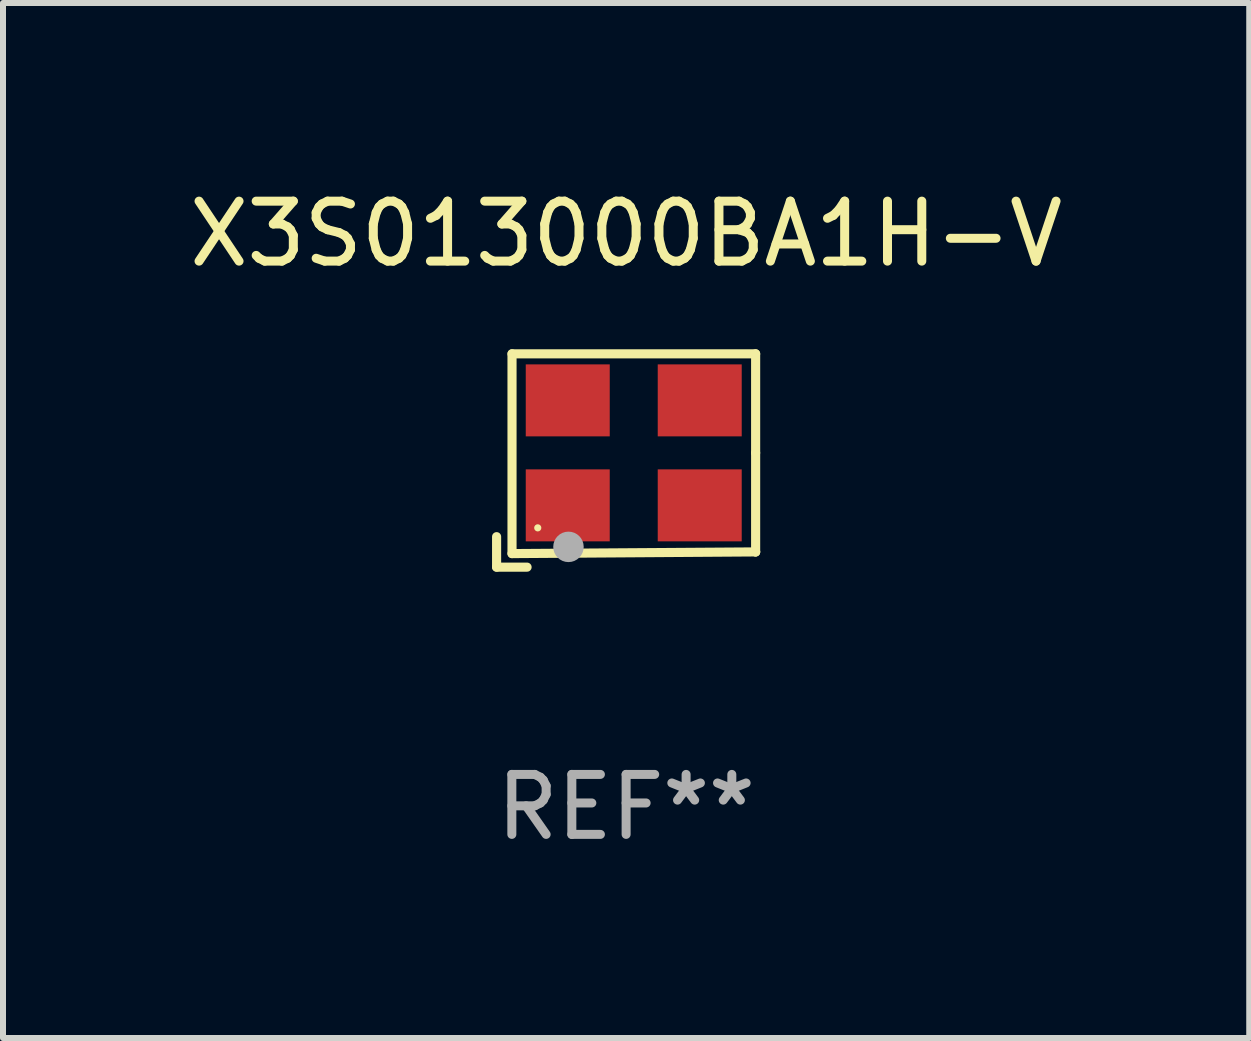
<source format=kicad_pcb>
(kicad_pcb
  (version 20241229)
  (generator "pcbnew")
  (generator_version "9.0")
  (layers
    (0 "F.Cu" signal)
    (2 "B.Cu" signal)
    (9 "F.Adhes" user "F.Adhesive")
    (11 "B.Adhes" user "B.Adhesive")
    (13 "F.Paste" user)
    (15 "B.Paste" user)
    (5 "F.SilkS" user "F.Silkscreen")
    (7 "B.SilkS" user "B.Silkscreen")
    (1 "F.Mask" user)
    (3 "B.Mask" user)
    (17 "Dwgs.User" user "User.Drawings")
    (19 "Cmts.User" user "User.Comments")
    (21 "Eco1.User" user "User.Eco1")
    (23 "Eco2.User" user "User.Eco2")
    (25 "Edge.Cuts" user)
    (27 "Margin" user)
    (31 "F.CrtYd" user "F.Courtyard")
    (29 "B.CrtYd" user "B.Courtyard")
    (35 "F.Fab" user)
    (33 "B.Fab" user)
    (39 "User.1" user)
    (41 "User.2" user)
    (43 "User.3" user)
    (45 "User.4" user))
  (footprint "X3S013000BA1H-V"
    (layer "F.Cu")
    (at 7.387 4.626)
    (property "Reference" "X3S013000BA1H-V" (at 0 -3.778 0) (layer "F.SilkS") (effects (font (size 1 1) (thickness 0.15))))
    (attr through_hole)
    (fp_line (start -2.159 1.27) (end -2.159 1.778) (stroke (width 0.152) (type solid)) (layer "F.SilkS"))
    (fp_line (start -2.159 1.778) (end -1.651 1.778) (stroke (width 0.152) (type solid)) (layer "F.SilkS"))
    (fp_line (start -1.902 -1.778) (end 2.159 -1.778) (stroke (width 0.152) (type solid)) (layer "F.SilkS"))
    (fp_line (start -1.902 1.552) (end -1.902 -1.778) (stroke (width 0.152) (type solid)) (layer "F.SilkS"))
    (fp_line (start 2.159 -1.778) (end 2.159 -0.127) (stroke (width 0.152) (type solid)) (layer "F.SilkS"))
    (fp_line (start 2.159 -0.127) (end 2.159 1.524) (stroke (width 0.152) (type solid)) (layer "F.SilkS"))
    (fp_line (start 2.159 1.524) (end -1.902 1.552) (stroke (width 0.152) (type solid)) (layer "F.SilkS"))
    (fp_line (start 2.159 1.524) (end 2.159 1.524) (stroke (width 0.152) (type solid)) (layer "F.SilkS"))
    (fp_circle (center -1.473 1.123) (end -1.443 1.123) (stroke (width 0.06) (type solid)) (fill no) (layer "F.SilkS"))
    (fp_circle (center -0.961 1.44) (end -0.834 1.44) (stroke (width 0.254) (type solid)) (fill no) (layer "F.Fab"))
    (fp_text user "REF**" (at 0 5.778 0) (layer "F.Fab") (effects (font (size 1 1) (thickness 0.15))))
    (pad "1" smd rect (at -0.973 0.748) (size 1.4 1.2) (layers "F.Cu" "F.Mask" "F.Paste"))
    (pad "2" smd rect (at 1.227 0.748) (size 1.4 1.2) (layers "F.Cu" "F.Mask" "F.Paste"))
    (pad "3" smd rect (at 1.227 -1.002) (size 1.4 1.2) (layers "F.Cu" "F.Mask" "F.Paste"))
    (pad "4" smd rect (at -0.973 -1.002) (size 1.4 1.2) (layers "F.Cu" "F.Mask" "F.Paste")))
  (gr_rect
    (start -3 -3)
    (end 17.774 14.253)
    (stroke (width 0.1) (type default))
    (fill no)
    (layer "Edge.Cuts")))
</source>
